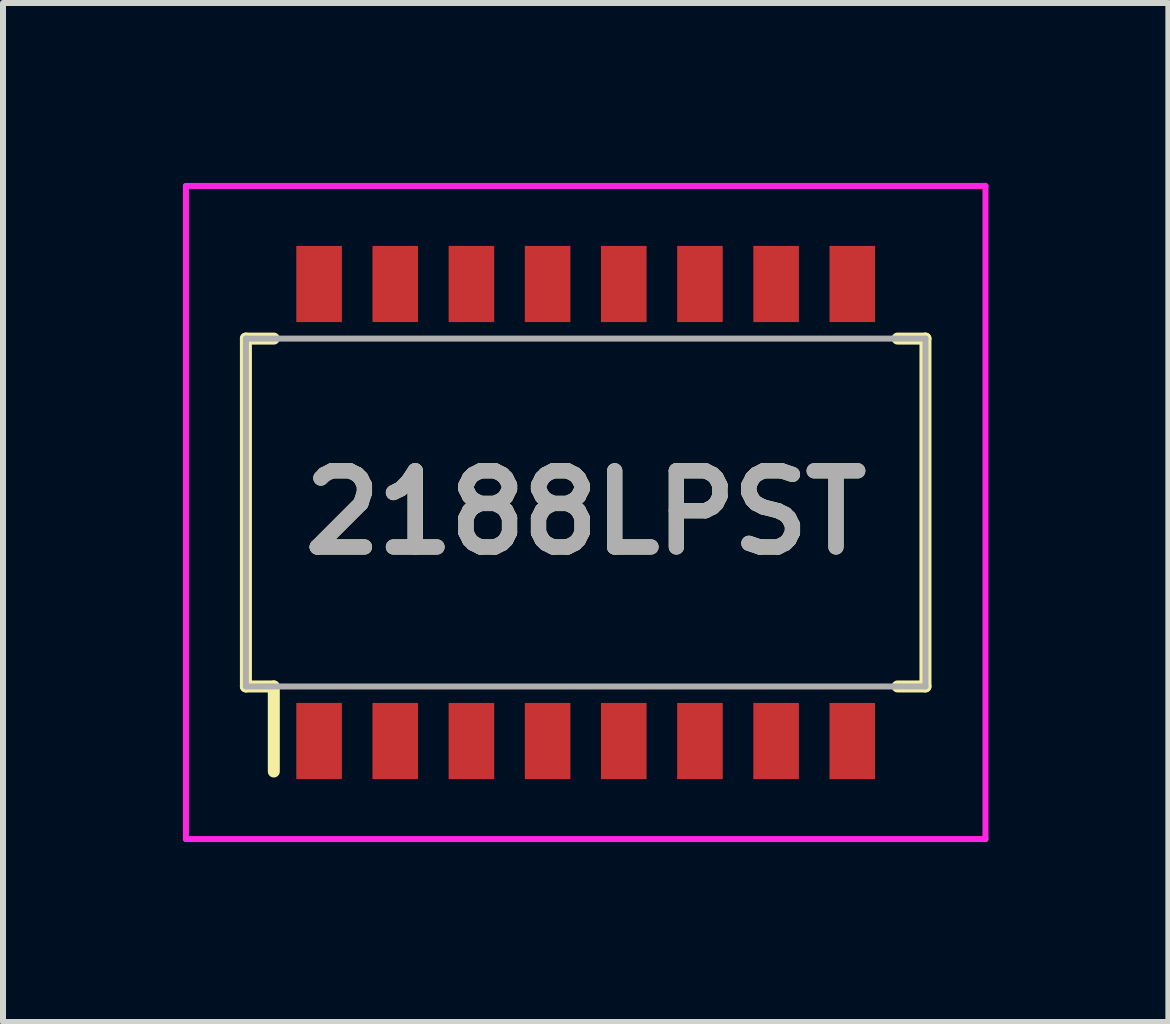
<source format=kicad_pcb>
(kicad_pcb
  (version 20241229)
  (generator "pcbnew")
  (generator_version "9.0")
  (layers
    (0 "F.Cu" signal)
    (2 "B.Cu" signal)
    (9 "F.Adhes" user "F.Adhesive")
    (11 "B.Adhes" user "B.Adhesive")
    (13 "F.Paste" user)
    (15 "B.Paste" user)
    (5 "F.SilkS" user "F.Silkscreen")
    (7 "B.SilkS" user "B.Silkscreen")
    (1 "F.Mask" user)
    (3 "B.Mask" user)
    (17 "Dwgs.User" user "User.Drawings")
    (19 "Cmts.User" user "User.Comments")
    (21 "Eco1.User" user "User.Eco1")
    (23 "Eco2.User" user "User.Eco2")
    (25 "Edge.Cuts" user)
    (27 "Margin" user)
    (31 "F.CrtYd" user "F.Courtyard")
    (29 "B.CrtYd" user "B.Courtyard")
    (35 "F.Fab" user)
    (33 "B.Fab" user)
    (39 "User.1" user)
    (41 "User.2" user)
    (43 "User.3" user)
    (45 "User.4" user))
  (footprint "2188LPST"
    (layer "F.Cu")
    (at 6.715 5.495)
    (property "Reference" "2188LPST" (at 0 0 0) (layer "F.SilkS") (effects (font (size 1.27 1.27) (thickness 0.254))))
    (attr smd)
    (fp_line (start -5.665 -2.9) (end -5.665 2.9) (stroke (width 0.2) (type solid)) (layer "F.SilkS"))
    (fp_line (start -5.665 2.9) (end -5.2 2.9) (stroke (width 0.2) (type solid)) (layer "F.SilkS"))
    (fp_line (start -5.2 -2.9) (end -5.665 -2.9) (stroke (width 0.2) (type solid)) (layer "F.SilkS"))
    (fp_line (start -5.2 2.9) (end -5.2 4.318) (stroke (width 0.2) (type solid)) (layer "F.SilkS"))
    (fp_line (start 5.2 -2.9) (end 5.665 -2.9) (stroke (width 0.2) (type solid)) (layer "F.SilkS"))
    (fp_line (start 5.665 -2.9) (end 5.665 2.9) (stroke (width 0.2) (type solid)) (layer "F.SilkS"))
    (fp_line (start 5.665 2.9) (end 5.2 2.9) (stroke (width 0.2) (type solid)) (layer "F.SilkS"))
    (fp_line (start -6.665 -5.445) (end 6.665 -5.445) (stroke (width 0.1) (type solid)) (layer "F.CrtYd"))
    (fp_line (start -6.665 5.445) (end -6.665 -5.445) (stroke (width 0.1) (type solid)) (layer "F.CrtYd"))
    (fp_line (start 6.665 -5.445) (end 6.665 5.445) (stroke (width 0.1) (type solid)) (layer "F.CrtYd"))
    (fp_line (start 6.665 5.445) (end -6.665 5.445) (stroke (width 0.1) (type solid)) (layer "F.CrtYd"))
    (fp_line (start -5.665 -2.9) (end 5.665 -2.9) (stroke (width 0.1) (type solid)) (layer "F.Fab"))
    (fp_line (start -5.665 2.9) (end -5.665 -2.9) (stroke (width 0.1) (type solid)) (layer "F.Fab"))
    (fp_line (start 5.665 -2.9) (end 5.665 2.9) (stroke (width 0.1) (type solid)) (layer "F.Fab"))
    (fp_line (start 5.665 2.9) (end -5.665 2.9) (stroke (width 0.1) (type solid)) (layer "F.Fab"))
    (fp_text user "${REFERENCE}" (at 0 0 0) (layer "F.Fab") (effects (font (size 1.27 1.27) (thickness 0.254))))
    (pad "1" smd rect (at -4.445 3.81) (size 0.76 1.27) (layers "F.Cu" "F.Mask" "F.Paste"))
    (pad "2" smd rect (at -3.175 3.81) (size 0.76 1.27) (layers "F.Cu" "F.Mask" "F.Paste"))
    (pad "3" smd rect (at -1.905 3.81) (size 0.76 1.27) (layers "F.Cu" "F.Mask" "F.Paste"))
    (pad "4" smd rect (at -0.635 3.81) (size 0.76 1.27) (layers "F.Cu" "F.Mask" "F.Paste"))
    (pad "5" smd rect (at 0.635 3.81) (size 0.76 1.27) (layers "F.Cu" "F.Mask" "F.Paste"))
    (pad "6" smd rect (at 1.905 3.81) (size 0.76 1.27) (layers "F.Cu" "F.Mask" "F.Paste"))
    (pad "7" smd rect (at 3.175 3.81) (size 0.76 1.27) (layers "F.Cu" "F.Mask" "F.Paste"))
    (pad "8" smd rect (at 4.445 3.81) (size 0.76 1.27) (layers "F.Cu" "F.Mask" "F.Paste"))
    (pad "9" smd rect (at 4.445 -3.81) (size 0.76 1.27) (layers "F.Cu" "F.Mask" "F.Paste"))
    (pad "10" smd rect (at 3.175 -3.81) (size 0.76 1.27) (layers "F.Cu" "F.Mask" "F.Paste"))
    (pad "11" smd rect (at 1.905 -3.81) (size 0.76 1.27) (layers "F.Cu" "F.Mask" "F.Paste"))
    (pad "12" smd rect (at 0.635 -3.81) (size 0.76 1.27) (layers "F.Cu" "F.Mask" "F.Paste"))
    (pad "13" smd rect (at -0.635 -3.81) (size 0.76 1.27) (layers "F.Cu" "F.Mask" "F.Paste"))
    (pad "14" smd rect (at -1.905 -3.81) (size 0.76 1.27) (layers "F.Cu" "F.Mask" "F.Paste"))
    (pad "15" smd rect (at -3.175 -3.81) (size 0.76 1.27) (layers "F.Cu" "F.Mask" "F.Paste"))
    (pad "16" smd rect (at -4.445 -3.81) (size 0.76 1.27) (layers "F.Cu" "F.Mask" "F.Paste")))
  (gr_rect
    (start -3 -3)
    (end 16.43 13.99)
    (stroke (width 0.1) (type default))
    (fill no)
    (layer "Edge.Cuts")))
</source>
